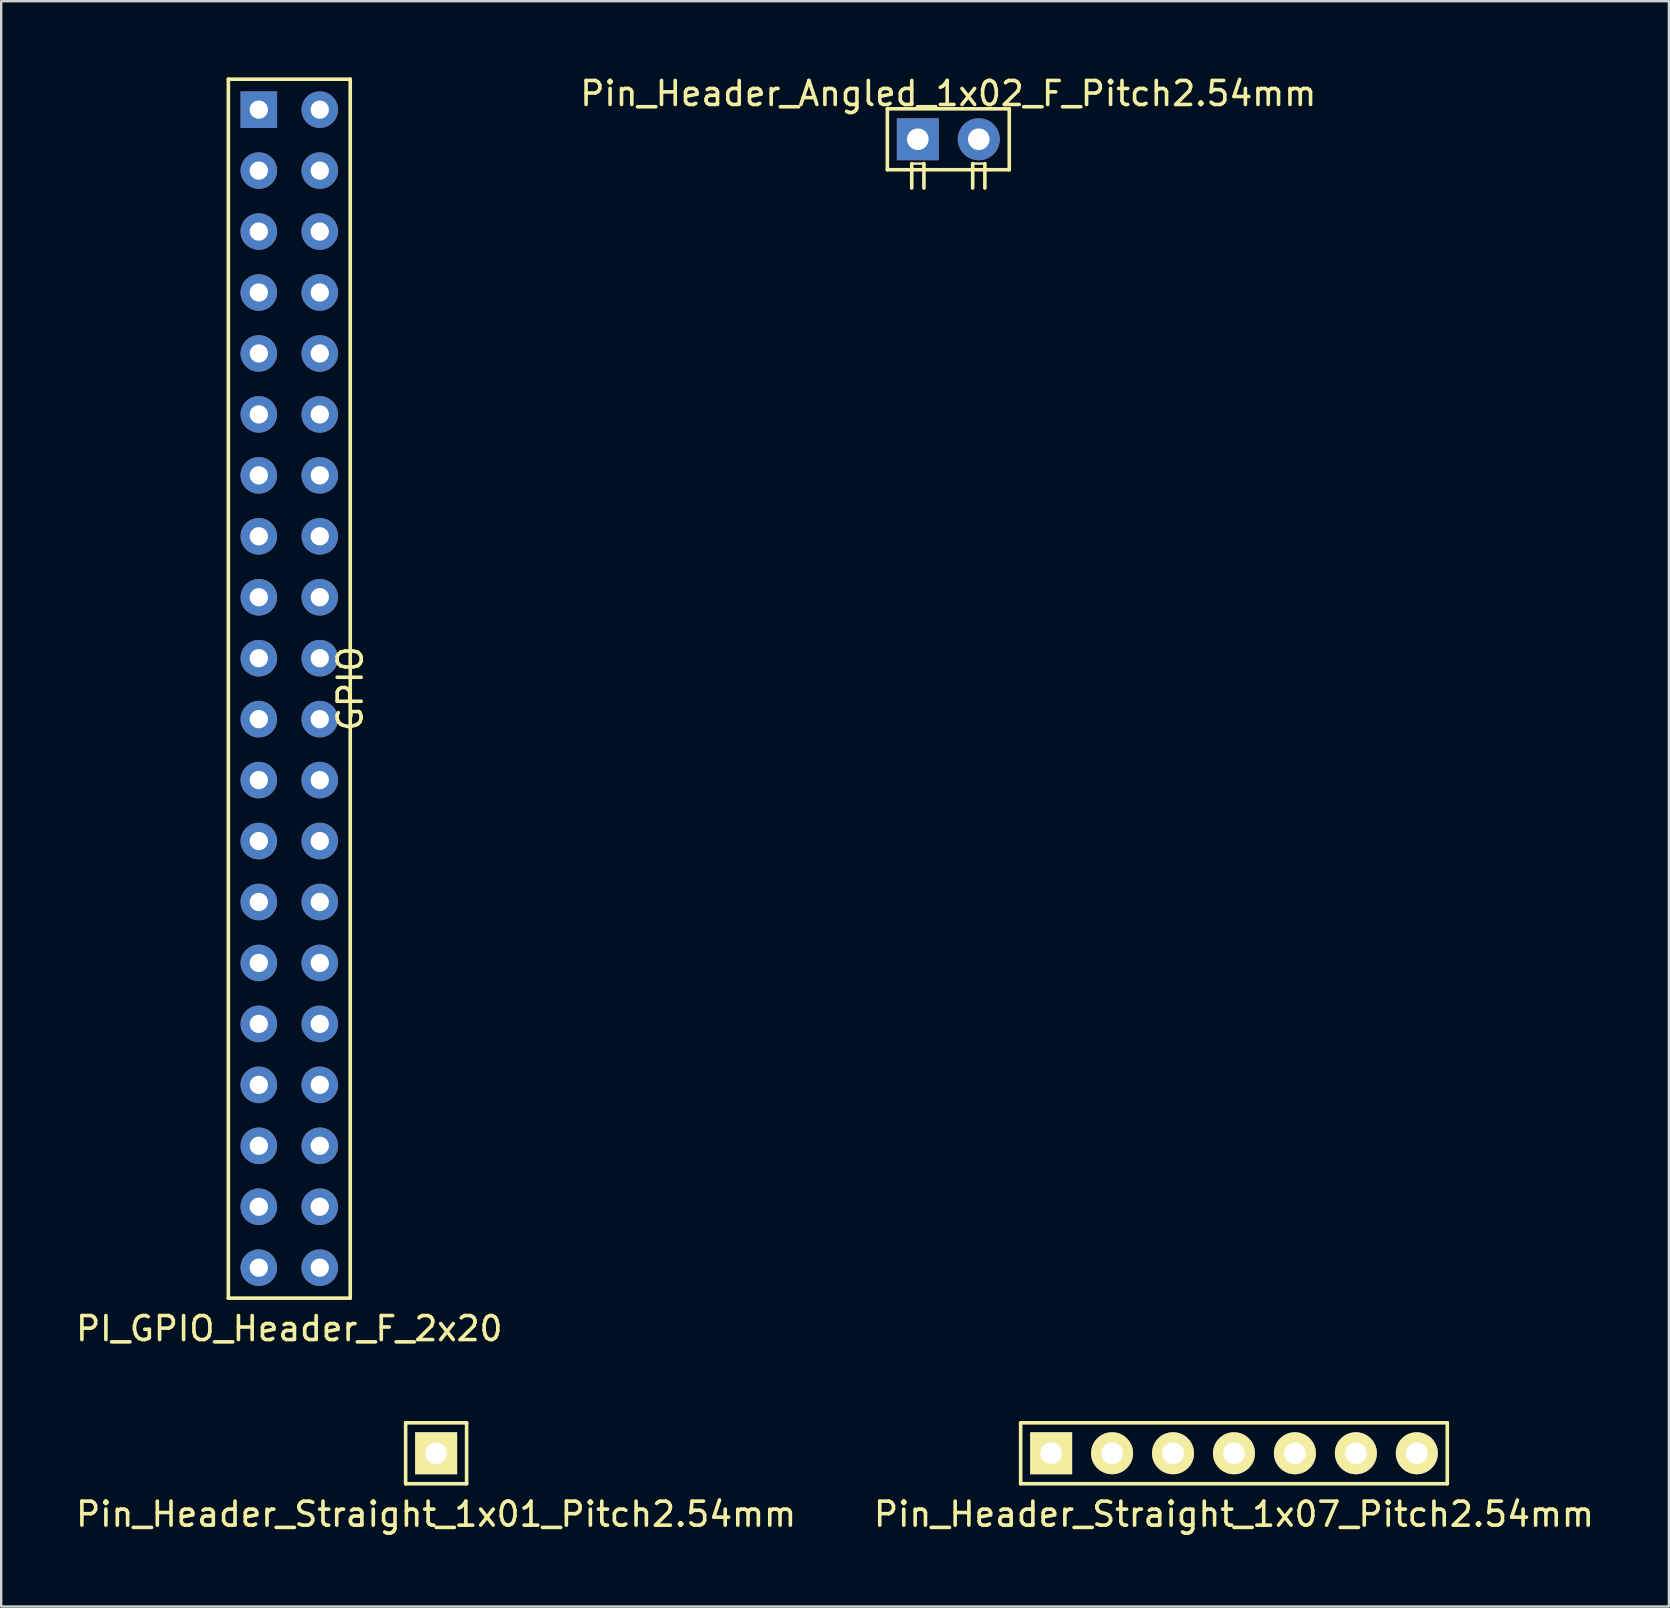
<source format=kicad_pcb>
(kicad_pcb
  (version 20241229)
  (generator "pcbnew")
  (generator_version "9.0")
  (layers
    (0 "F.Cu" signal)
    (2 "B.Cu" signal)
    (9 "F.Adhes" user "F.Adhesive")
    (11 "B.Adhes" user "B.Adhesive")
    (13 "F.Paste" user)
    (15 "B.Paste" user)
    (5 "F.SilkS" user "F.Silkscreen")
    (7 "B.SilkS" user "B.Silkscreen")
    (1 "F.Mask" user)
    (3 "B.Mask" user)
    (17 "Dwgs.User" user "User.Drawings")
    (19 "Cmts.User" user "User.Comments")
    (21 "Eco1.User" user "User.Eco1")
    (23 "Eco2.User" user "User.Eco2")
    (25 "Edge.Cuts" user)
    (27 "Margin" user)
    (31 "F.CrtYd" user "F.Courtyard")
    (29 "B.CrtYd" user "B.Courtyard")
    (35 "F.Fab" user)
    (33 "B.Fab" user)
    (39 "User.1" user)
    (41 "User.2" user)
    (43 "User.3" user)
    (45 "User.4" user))
  (footprint "Pin_Header_Angled_1x02_F_Pitch2.54mm"
    (placed yes)
    (layer "F.Cu")
    (at 35.2 2.753)
    (property "Reference" "Pin_Header_Angled_1x02_F_Pitch2.54mm" (at 1.27 -1.905 0) (layer "F.SilkS") (effects (font (size 1 1) (thickness 0.15))))
    (attr through_hole)
    (fp_line (start -1.27 -1.27) (end -1.27 1.27) (stroke (width 0.15) (type solid)) (layer "F.SilkS"))
    (fp_line (start -1.27 -1.27) (end 3.81 -1.27) (stroke (width 0.15) (type solid)) (layer "F.SilkS"))
    (fp_line (start -0.254 1.016) (end -0.254 2.032) (stroke (width 0.15) (type solid)) (layer "F.SilkS"))
    (fp_line (start -0.254 1.016) (end 0.254 1.016) (stroke (width 0.1) (type default)) (layer "F.SilkS"))
    (fp_line (start 0.254 2.032) (end 0.254 1.016) (stroke (width 0.15) (type solid)) (layer "F.SilkS"))
    (fp_line (start 2.286 1.016) (end 2.794 1.016) (stroke (width 0.1) (type default)) (layer "F.SilkS"))
    (fp_line (start 2.286 1.27) (end 2.286 1.016) (stroke (width 0.15) (type solid)) (layer "F.SilkS"))
    (fp_line (start 2.286 1.27) (end 2.286 2.032) (stroke (width 0.15) (type solid)) (layer "F.SilkS"))
    (fp_line (start 2.794 2.032) (end 2.794 1.016) (stroke (width 0.15) (type solid)) (layer "F.SilkS"))
    (fp_line (start 3.81 -1.27) (end 3.81 1.27) (stroke (width 0.15) (type solid)) (layer "F.SilkS"))
    (fp_line (start 3.81 1.27) (end -1.27 1.27) (stroke (width 0.15) (type solid)) (layer "F.SilkS"))
    (pad "1" thru_hole rect (at 0 0) (size 1.75 1.75) (drill 0.9) (layers "*.Cu" "*.Mask"))
    (pad "2" thru_hole circle (at 2.54 0) (size 1.75 1.75) (drill 0.9) (layers "*.Cu" "*.Mask")))
  (footprint "PI_GPIO_Header_F_2x20"
    (layer "F.Cu")
    (at 6.466 0.25)
    (property "Reference" "PI_GPIO_Header_F_2x20" (at 2.54 52.07 0) (layer "F.SilkS") (effects (font (size 1 1) (thickness 0.15))))
    (attr through_hole)
    (fp_line (start 0 0) (end 5.08 0) (stroke (width 0.15) (type solid)) (layer "F.SilkS"))
    (fp_line (start 0 50.8) (end 0 0) (stroke (width 0.15) (type solid)) (layer "F.SilkS"))
    (fp_line (start 5.08 0) (end 5.08 50.8) (stroke (width 0.15) (type solid)) (layer "F.SilkS"))
    (fp_line (start 5.08 50.8) (end 0 50.8) (stroke (width 0.15) (type solid)) (layer "F.SilkS"))
    (fp_text user "GPIO" (at 5.08 25.4 90) (layer "F.SilkS") (effects (font (size 1 1) (thickness 0.15))))
    (pad "1" thru_hole rect (at 1.27 1.27) (size 1.524 1.524) (drill 0.762) (layers "*.Cu" "*.Mask"))
    (pad "2" thru_hole circle (at 3.81 1.27) (size 1.524 1.524) (drill 0.762) (layers "*.Cu" "*.Mask"))
    (pad "3" thru_hole circle (at 1.27 3.81) (size 1.524 1.524) (drill 0.762) (layers "*.Cu" "*.Mask"))
    (pad "4" thru_hole circle (at 3.81 3.81) (size 1.524 1.524) (drill 0.762) (layers "*.Cu" "*.Mask"))
    (pad "5" thru_hole circle (at 1.27 6.35) (size 1.524 1.524) (drill 0.762) (layers "*.Cu" "*.Mask"))
    (pad "6" thru_hole circle (at 3.81 6.35) (size 1.524 1.524) (drill 0.762) (layers "*.Cu" "*.Mask"))
    (pad "7" thru_hole circle (at 1.27 8.89) (size 1.524 1.524) (drill 0.762) (layers "*.Cu" "*.Mask"))
    (pad "8" thru_hole circle (at 3.81 8.89) (size 1.524 1.524) (drill 0.762) (layers "*.Cu" "*.Mask"))
    (pad "9" thru_hole circle (at 1.27 11.43) (size 1.524 1.524) (drill 0.762) (layers "*.Cu" "*.Mask"))
    (pad "10" thru_hole circle (at 3.81 11.43) (size 1.524 1.524) (drill 0.762) (layers "*.Cu" "*.Mask"))
    (pad "11" thru_hole circle (at 1.27 13.97) (size 1.524 1.524) (drill 0.762) (layers "*.Cu" "*.Mask"))
    (pad "12" thru_hole circle (at 3.81 13.97) (size 1.524 1.524) (drill 0.762) (layers "*.Cu" "*.Mask"))
    (pad "13" thru_hole circle (at 1.27 16.51) (size 1.524 1.524) (drill 0.762) (layers "*.Cu" "*.Mask"))
    (pad "14" thru_hole circle (at 3.81 16.51) (size 1.524 1.524) (drill 0.762) (layers "*.Cu" "*.Mask"))
    (pad "15" thru_hole circle (at 1.27 19.05) (size 1.524 1.524) (drill 0.762) (layers "*.Cu" "*.Mask"))
    (pad "16" thru_hole circle (at 3.81 19.05) (size 1.524 1.524) (drill 0.762) (layers "*.Cu" "*.Mask"))
    (pad "17" thru_hole circle (at 1.27 21.59) (size 1.524 1.524) (drill 0.762) (layers "*.Cu" "*.Mask"))
    (pad "18" thru_hole circle (at 3.81 21.59) (size 1.524 1.524) (drill 0.762) (layers "*.Cu" "*.Mask"))
    (pad "19" thru_hole circle (at 1.27 24.13) (size 1.524 1.524) (drill 0.762) (layers "*.Cu" "*.Mask"))
    (pad "20" thru_hole circle (at 3.81 24.13) (size 1.524 1.524) (drill 0.762) (layers "*.Cu" "*.Mask"))
    (pad "21" thru_hole circle (at 1.27 26.67) (size 1.524 1.524) (drill 0.762) (layers "*.Cu" "*.Mask"))
    (pad "22" thru_hole circle (at 3.81 26.67) (size 1.524 1.524) (drill 0.762) (layers "*.Cu" "*.Mask"))
    (pad "23" thru_hole circle (at 1.27 29.21) (size 1.524 1.524) (drill 0.762) (layers "*.Cu" "*.Mask"))
    (pad "24" thru_hole circle (at 3.81 29.21) (size 1.524 1.524) (drill 0.762) (layers "*.Cu" "*.Mask"))
    (pad "25" thru_hole circle (at 1.27 31.75) (size 1.524 1.524) (drill 0.762) (layers "*.Cu" "*.Mask"))
    (pad "26" thru_hole circle (at 3.81 31.75) (size 1.524 1.524) (drill 0.762) (layers "*.Cu" "*.Mask"))
    (pad "27" thru_hole circle (at 1.27 34.29) (size 1.524 1.524) (drill 0.762) (layers "*.Cu" "*.Mask"))
    (pad "28" thru_hole circle (at 3.81 34.29) (size 1.524 1.524) (drill 0.762) (layers "*.Cu" "*.Mask"))
    (pad "29" thru_hole circle (at 1.27 36.83) (size 1.524 1.524) (drill 0.762) (layers "*.Cu" "*.Mask"))
    (pad "30" thru_hole circle (at 3.81 36.83) (size 1.524 1.524) (drill 0.762) (layers "*.Cu" "*.Mask"))
    (pad "31" thru_hole circle (at 1.27 39.37) (size 1.524 1.524) (drill 0.762) (layers "*.Cu" "*.Mask"))
    (pad "32" thru_hole circle (at 3.81 39.37) (size 1.524 1.524) (drill 0.762) (layers "*.Cu" "*.Mask"))
    (pad "33" thru_hole circle (at 1.27 41.91) (size 1.524 1.524) (drill 0.762) (layers "*.Cu" "*.Mask"))
    (pad "34" thru_hole circle (at 3.81 41.91) (size 1.524 1.524) (drill 0.762) (layers "*.Cu" "*.Mask"))
    (pad "35" thru_hole circle (at 1.27 44.45) (size 1.524 1.524) (drill 0.762) (layers "*.Cu" "*.Mask"))
    (pad "36" thru_hole circle (at 3.81 44.45) (size 1.524 1.524) (drill 0.762) (layers "*.Cu" "*.Mask"))
    (pad "37" thru_hole circle (at 1.27 46.99) (size 1.524 1.524) (drill 0.762) (layers "*.Cu" "*.Mask"))
    (pad "38" thru_hole circle (at 3.81 46.99) (size 1.524 1.524) (drill 0.762) (layers "*.Cu" "*.Mask"))
    (pad "39" thru_hole circle (at 1.27 49.53) (size 1.524 1.524) (drill 0.762) (layers "*.Cu" "*.Mask"))
    (pad "40" thru_hole circle (at 3.81 49.53) (size 1.524 1.524) (drill 0.762) (layers "*.Cu" "*.Mask")))
  (footprint "Pin_Header_Straight_1x01_Pitch2.54mm"
    (layer "F.Cu")
    (at 15.125 57.513)
    (property "Reference" "Pin_Header_Straight_1x01_Pitch2.54mm" (at 0 2.54 0) (layer "F.SilkS") (effects (font (size 1 1) (thickness 0.15))))
    (attr through_hole)
    (fp_line (start -1.27 -1.27) (end -1.27 1.27) (stroke (width 0.15) (type solid)) (layer "F.SilkS"))
    (fp_line (start -1.27 -1.27) (end 1.27 -1.27) (stroke (width 0.15) (type solid)) (layer "F.SilkS"))
    (fp_line (start 1.27 -1.27) (end 1.27 1.27) (stroke (width 0.15) (type solid)) (layer "F.SilkS"))
    (fp_line (start 1.27 1.27) (end -1.27 1.27) (stroke (width 0.15) (type solid)) (layer "F.SilkS"))
    (pad "1" thru_hole rect (at 0 0) (size 1.75 1.75) (drill 0.9) (layers "*.Cu" "*.Mask" "F.SilkS")))
  (footprint "Pin_Header_Straight_1x07_Pitch2.54mm"
    (layer "F.Cu")
    (at 40.755 57.513)
    (property "Reference" "Pin_Header_Straight_1x07_Pitch2.54mm" (at 7.62 2.54 0) (layer "F.SilkS") (effects (font (size 1 1) (thickness 0.15))))
    (attr through_hole)
    (fp_line (start -1.27 -1.27) (end -1.27 1.27) (stroke (width 0.15) (type solid)) (layer "F.SilkS"))
    (fp_line (start -1.27 1.27) (end 16.51 1.27) (stroke (width 0.15) (type solid)) (layer "F.SilkS"))
    (fp_line (start 16.51 -1.27) (end -1.27 -1.27) (stroke (width 0.15) (type solid)) (layer "F.SilkS"))
    (fp_line (start 16.51 1.27) (end 16.51 -1.27) (stroke (width 0.15) (type solid)) (layer "F.SilkS"))
    (pad "1" thru_hole rect (at 0 0) (size 1.75 1.75) (drill 0.9) (layers "*.Cu" "*.Mask" "F.SilkS"))
    (pad "2" thru_hole circle (at 2.54 0) (size 1.75 1.75) (drill 0.9) (layers "*.Cu" "*.Mask" "F.SilkS"))
    (pad "3" thru_hole circle (at 5.08 0) (size 1.75 1.75) (drill 0.9) (layers "*.Cu" "*.Mask" "F.SilkS"))
    (pad "4" thru_hole circle (at 7.62 0) (size 1.75 1.75) (drill 0.9) (layers "*.Cu" "*.Mask" "F.SilkS"))
    (pad "5" thru_hole circle (at 10.16 0) (size 1.75 1.75) (drill 0.9) (layers "*.Cu" "*.Mask" "F.SilkS"))
    (pad "6" thru_hole circle (at 12.7 0) (size 1.75 1.75) (drill 0.9) (layers "*.Cu" "*.Mask" "F.SilkS"))
    (pad "7" thru_hole circle (at 15.24 0) (size 1.75 1.75) (drill 0.9) (layers "*.Cu" "*.Mask" "F.SilkS")))
  (gr_rect
    (start -3 -3)
    (end 66.5 63.901)
    (stroke (width 0.1) (type default))
    (fill no)
    (layer "Edge.Cuts")))
</source>
